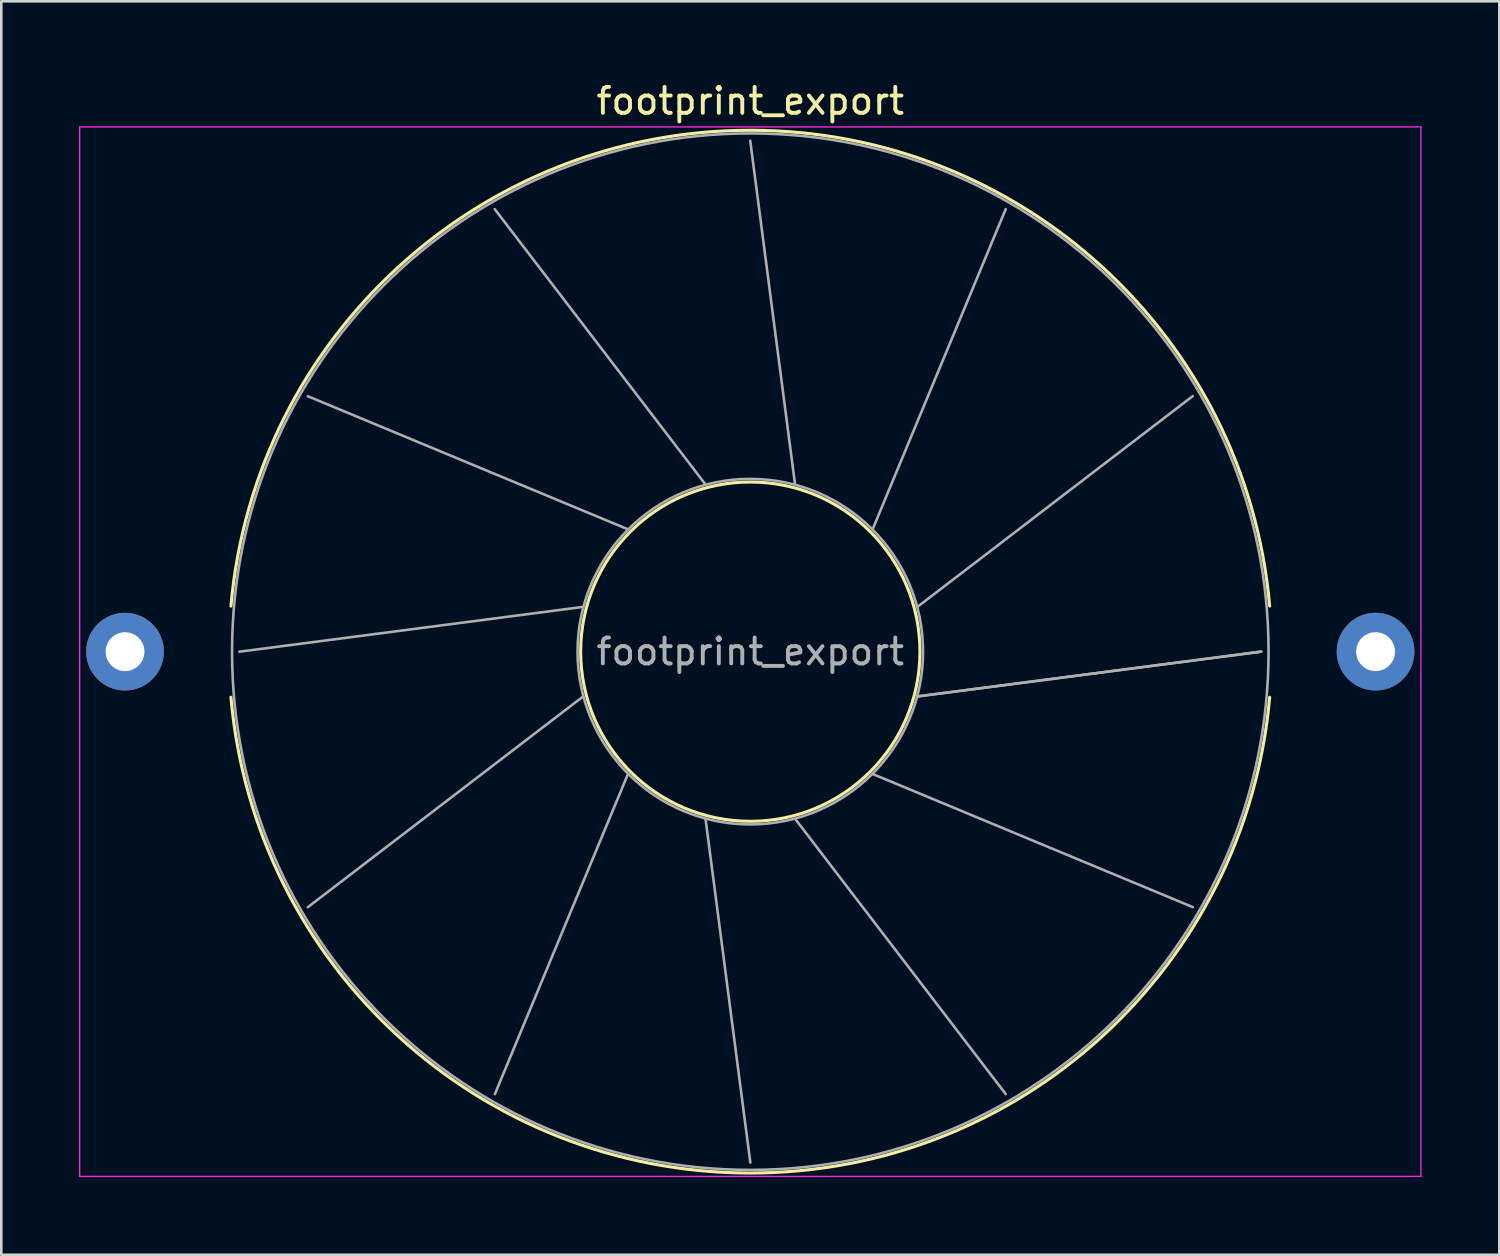
<source format=kicad_pcb>
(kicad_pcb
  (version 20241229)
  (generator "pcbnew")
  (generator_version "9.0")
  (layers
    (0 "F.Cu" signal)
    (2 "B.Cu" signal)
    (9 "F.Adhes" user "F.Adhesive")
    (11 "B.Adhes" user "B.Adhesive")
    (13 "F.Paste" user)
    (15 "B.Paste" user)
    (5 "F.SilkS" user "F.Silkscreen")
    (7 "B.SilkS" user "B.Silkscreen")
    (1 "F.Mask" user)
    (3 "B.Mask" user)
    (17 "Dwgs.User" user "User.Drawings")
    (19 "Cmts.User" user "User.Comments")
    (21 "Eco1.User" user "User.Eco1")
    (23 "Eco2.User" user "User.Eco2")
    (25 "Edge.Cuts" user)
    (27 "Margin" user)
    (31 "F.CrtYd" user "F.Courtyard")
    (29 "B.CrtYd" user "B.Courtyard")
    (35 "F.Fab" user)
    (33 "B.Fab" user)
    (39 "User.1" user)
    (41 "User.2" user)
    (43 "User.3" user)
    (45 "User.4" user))
  (footprint "footprint_export"
    (layer "F.Cu")
    (at 1.775 22.098)
    (property "Reference" "footprint_export" (at 24.13 -21.25 0) (layer "F.SilkS") (effects (font (size 1 1) (thickness 0.15))))
    (attr through_hole)
    (fp_arc (start 4.087126 -1.76) (mid 24.13 -20.12) (end 44.172874 -1.76) (stroke (width 0.12) (type solid)) (layer "F.SilkS"))
    (fp_arc (start 44.172874 1.76) (mid 24.13 20.12) (end 4.087126 1.76) (stroke (width 0.12) (type solid)) (layer "F.SilkS"))
    (fp_circle (center 24.13 0) (end 30.677 0) (stroke (width 0.12) (type solid)) (fill no) (layer "F.SilkS"))
    (fp_line (start -1.75 -20.25) (end -1.75 20.25) (stroke (width 0.05) (type solid)) (layer "F.CrtYd"))
    (fp_line (start -1.75 20.25) (end 50.01 20.25) (stroke (width 0.05) (type solid)) (layer "F.CrtYd"))
    (fp_line (start 50.01 -20.25) (end -1.75 -20.25) (stroke (width 0.05) (type solid)) (layer "F.CrtYd"))
    (fp_line (start 50.01 20.25) (end 50.01 -20.25) (stroke (width 0.05) (type solid)) (layer "F.CrtYd"))
    (fp_line (start 4.412 0.002) (end 17.68 -1.728) (stroke (width 0.1) (type solid)) (layer "F.Fab"))
    (fp_line (start 7.053 -9.857) (end 19.408 -4.721) (stroke (width 0.1) (type solid)) (layer "F.Fab"))
    (fp_line (start 7.055 9.86) (end 17.68 1.729) (stroke (width 0.1) (type solid)) (layer "F.Fab"))
    (fp_line (start 14.269 -17.075) (end 22.401 -6.45) (stroke (width 0.1) (type solid)) (layer "F.Fab"))
    (fp_line (start 14.272 17.077) (end 19.409 4.722) (stroke (width 0.1) (type solid)) (layer "F.Fab"))
    (fp_line (start 24.127 -19.718) (end 25.857 -6.45) (stroke (width 0.1) (type solid)) (layer "F.Fab"))
    (fp_line (start 24.131 19.718) (end 22.402 6.45) (stroke (width 0.1) (type solid)) (layer "F.Fab"))
    (fp_line (start 33.986 -17.077) (end 28.851 -4.723) (stroke (width 0.1) (type solid)) (layer "F.Fab"))
    (fp_line (start 33.989 17.076) (end 25.859 6.45) (stroke (width 0.1) (type solid)) (layer "F.Fab"))
    (fp_line (start 41.204 -9.862) (end 30.58 -1.729) (stroke (width 0.1) (type solid)) (layer "F.Fab"))
    (fp_line (start 41.206 9.859) (end 28.852 4.722) (stroke (width 0.1) (type solid)) (layer "F.Fab"))
    (fp_line (start 43.848 -0.004) (end 30.58 1.727) (stroke (width 0.1) (type solid)) (layer "F.Fab"))
    (fp_line (start 43.848 0) (end 30.58 1.728) (stroke (width 0.1) (type solid)) (layer "F.Fab"))
    (fp_circle (center 24.13 0) (end 30.797 0) (stroke (width 0.1) (type solid)) (fill no) (layer "F.Fab"))
    (fp_circle (center 24.13 0) (end 44.13 0) (stroke (width 0.1) (type solid)) (fill no) (layer "F.Fab"))
    (fp_text user "${REFERENCE}" (at 24.13 0 0) (layer "F.Fab") (effects (font (size 1 1) (thickness 0.15))))
    (pad "1" thru_hole circle (at 0 0) (size 3 3) (drill 1.5) (layers "*.Cu" "*.Mask"))
    (pad "2" thru_hole circle (at 48.26 0) (size 3 3) (drill 1.5) (layers "*.Cu" "*.Mask")))
  (gr_rect
    (start -3 -3)
    (end 54.81 45.373)
    (stroke (width 0.1) (type default))
    (fill no)
    (layer "Edge.Cuts")))
</source>
